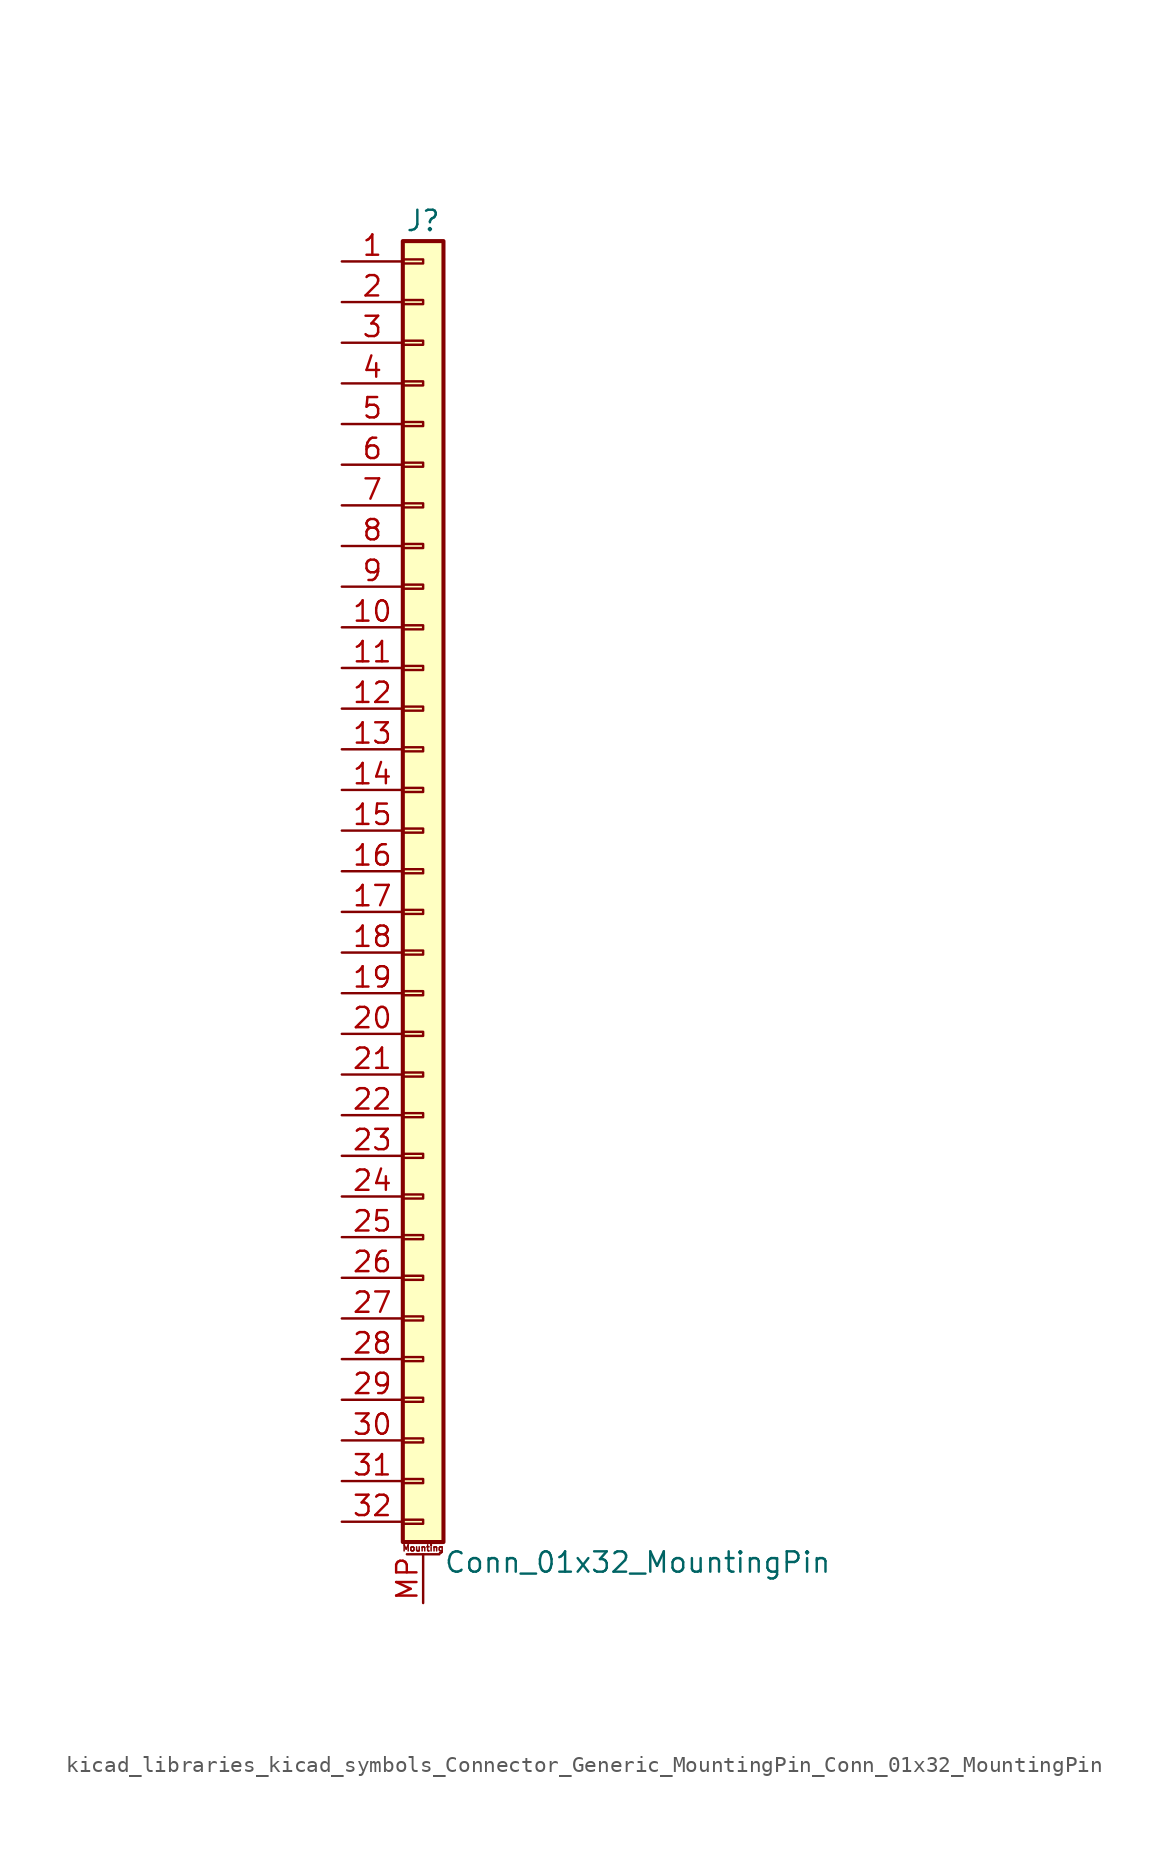
<source format=kicad_sym>
(kicad_symbol_lib
  (version 20220914)
  (generator kicad_symbol_editor)
  (symbol "kicad_libraries_kicad_symbols_Connector_Generic_MountingPin_Conn_01x32_MountingPin"
    (pin_names
      (offset 1.016) hide)
    (property "Reference" "J"
      (at 0 40.64 0)
      (effects (font (size 1.27 1.27))))
    (property "Value" "Conn_01x32_MountingPin"
      (at 1.27 -43.18 0)
      (effects (font (size 1.27 1.27)) (justify left)))
    (symbol "kicad_libraries_kicad_symbols_Connector_Generic_MountingPin_Conn_01x32_MountingPin_1_1"
      (rectangle (start -1.27 -40.513) (end 0 -40.767) (stroke (width 0.152) (type default)) (fill (type none)))
      (rectangle (start -1.27 -37.973) (end 0 -38.227) (stroke (width 0.152) (type default)) (fill (type none)))
      (rectangle (start -1.27 -35.433) (end 0 -35.687) (stroke (width 0.152) (type default)) (fill (type none)))
      (rectangle (start -1.27 -32.893) (end 0 -33.147) (stroke (width 0.152) (type default)) (fill (type none)))
      (rectangle (start -1.27 -30.353) (end 0 -30.607) (stroke (width 0.152) (type default)) (fill (type none)))
      (rectangle (start -1.27 -27.813) (end 0 -28.067) (stroke (width 0.152) (type default)) (fill (type none)))
      (rectangle (start -1.27 -25.273) (end 0 -25.527) (stroke (width 0.152) (type default)) (fill (type none)))
      (rectangle (start -1.27 -22.733) (end 0 -22.987) (stroke (width 0.152) (type default)) (fill (type none)))
      (rectangle (start -1.27 -20.193) (end 0 -20.447) (stroke (width 0.152) (type default)) (fill (type none)))
      (rectangle (start -1.27 -17.653) (end 0 -17.907) (stroke (width 0.152) (type default)) (fill (type none)))
      (rectangle (start -1.27 -15.113) (end 0 -15.367) (stroke (width 0.152) (type default)) (fill (type none)))
      (rectangle (start -1.27 -12.573) (end 0 -12.827) (stroke (width 0.152) (type default)) (fill (type none)))
      (rectangle (start -1.27 -10.033) (end 0 -10.287) (stroke (width 0.152) (type default)) (fill (type none)))
      (rectangle (start -1.27 -7.493) (end 0 -7.747) (stroke (width 0.152) (type default)) (fill (type none)))
      (rectangle (start -1.27 -4.953) (end 0 -5.207) (stroke (width 0.152) (type default)) (fill (type none)))
      (rectangle (start -1.27 -2.413) (end 0 -2.667) (stroke (width 0.152) (type default)) (fill (type none)))
      (rectangle (start -1.27 0.127) (end 0 -0.127) (stroke (width 0.152) (type default)) (fill (type none)))
      (rectangle (start -1.27 2.667) (end 0 2.413) (stroke (width 0.152) (type default)) (fill (type none)))
      (rectangle (start -1.27 5.207) (end 0 4.953) (stroke (width 0.152) (type default)) (fill (type none)))
      (rectangle (start -1.27 7.747) (end 0 7.493) (stroke (width 0.152) (type default)) (fill (type none)))
      (rectangle (start -1.27 10.287) (end 0 10.033) (stroke (width 0.152) (type default)) (fill (type none)))
      (rectangle (start -1.27 12.827) (end 0 12.573) (stroke (width 0.152) (type default)) (fill (type none)))
      (rectangle (start -1.27 15.367) (end 0 15.113) (stroke (width 0.152) (type default)) (fill (type none)))
      (rectangle (start -1.27 17.907) (end 0 17.653) (stroke (width 0.152) (type default)) (fill (type none)))
      (rectangle (start -1.27 20.447) (end 0 20.193) (stroke (width 0.152) (type default)) (fill (type none)))
      (rectangle (start -1.27 22.987) (end 0 22.733) (stroke (width 0.152) (type default)) (fill (type none)))
      (rectangle (start -1.27 25.527) (end 0 25.273) (stroke (width 0.152) (type default)) (fill (type none)))
      (rectangle (start -1.27 28.067) (end 0 27.813) (stroke (width 0.152) (type default)) (fill (type none)))
      (rectangle (start -1.27 30.607) (end 0 30.353) (stroke (width 0.152) (type default)) (fill (type none)))
      (rectangle (start -1.27 33.147) (end 0 32.893) (stroke (width 0.152) (type default)) (fill (type none)))
      (rectangle (start -1.27 35.687) (end 0 35.433) (stroke (width 0.152) (type default)) (fill (type none)))
      (rectangle (start -1.27 38.227) (end 0 37.973) (stroke (width 0.152) (type default)) (fill (type none)))
      (rectangle (start -1.27 39.37) (end 1.27 -41.91) (stroke (width 0.254) (type default)) (fill (type background)))
      (polyline (pts (xy -1.016 -42.672) (xy 1.016 -42.672)) (stroke (width 0.152) (type default)) (fill (type none)))
      (text "Mounting" (at 0 -42.291 0) (effects (font (size 0.381 0.381))))
      (pin passive line (at -5.08 38.1 0) (length 3.81) (name "Pin_1" (effects (font (size 1.27 1.27)))) (number "1" (effects (font (size 1.27 1.27)))))
      (pin passive line (at -5.08 15.24 0) (length 3.81) (name "Pin_10" (effects (font (size 1.27 1.27)))) (number "10" (effects (font (size 1.27 1.27)))))
      (pin passive line (at -5.08 12.7 0) (length 3.81) (name "Pin_11" (effects (font (size 1.27 1.27)))) (number "11" (effects (font (size 1.27 1.27)))))
      (pin passive line (at -5.08 10.16 0) (length 3.81) (name "Pin_12" (effects (font (size 1.27 1.27)))) (number "12" (effects (font (size 1.27 1.27)))))
      (pin passive line (at -5.08 7.62 0) (length 3.81) (name "Pin_13" (effects (font (size 1.27 1.27)))) (number "13" (effects (font (size 1.27 1.27)))))
      (pin passive line (at -5.08 5.08 0) (length 3.81) (name "Pin_14" (effects (font (size 1.27 1.27)))) (number "14" (effects (font (size 1.27 1.27)))))
      (pin passive line (at -5.08 2.54 0) (length 3.81) (name "Pin_15" (effects (font (size 1.27 1.27)))) (number "15" (effects (font (size 1.27 1.27)))))
      (pin passive line (at -5.08 0 0) (length 3.81) (name "Pin_16" (effects (font (size 1.27 1.27)))) (number "16" (effects (font (size 1.27 1.27)))))
      (pin passive line (at -5.08 -2.54 0) (length 3.81) (name "Pin_17" (effects (font (size 1.27 1.27)))) (number "17" (effects (font (size 1.27 1.27)))))
      (pin passive line (at -5.08 -5.08 0) (length 3.81) (name "Pin_18" (effects (font (size 1.27 1.27)))) (number "18" (effects (font (size 1.27 1.27)))))
      (pin passive line (at -5.08 -7.62 0) (length 3.81) (name "Pin_19" (effects (font (size 1.27 1.27)))) (number "19" (effects (font (size 1.27 1.27)))))
      (pin passive line (at -5.08 35.56 0) (length 3.81) (name "Pin_2" (effects (font (size 1.27 1.27)))) (number "2" (effects (font (size 1.27 1.27)))))
      (pin passive line (at -5.08 -10.16 0) (length 3.81) (name "Pin_20" (effects (font (size 1.27 1.27)))) (number "20" (effects (font (size 1.27 1.27)))))
      (pin passive line (at -5.08 -12.7 0) (length 3.81) (name "Pin_21" (effects (font (size 1.27 1.27)))) (number "21" (effects (font (size 1.27 1.27)))))
      (pin passive line (at -5.08 -15.24 0) (length 3.81) (name "Pin_22" (effects (font (size 1.27 1.27)))) (number "22" (effects (font (size 1.27 1.27)))))
      (pin passive line (at -5.08 -17.78 0) (length 3.81) (name "Pin_23" (effects (font (size 1.27 1.27)))) (number "23" (effects (font (size 1.27 1.27)))))
      (pin passive line (at -5.08 -20.32 0) (length 3.81) (name "Pin_24" (effects (font (size 1.27 1.27)))) (number "24" (effects (font (size 1.27 1.27)))))
      (pin passive line (at -5.08 -22.86 0) (length 3.81) (name "Pin_25" (effects (font (size 1.27 1.27)))) (number "25" (effects (font (size 1.27 1.27)))))
      (pin passive line (at -5.08 -25.4 0) (length 3.81) (name "Pin_26" (effects (font (size 1.27 1.27)))) (number "26" (effects (font (size 1.27 1.27)))))
      (pin passive line (at -5.08 -27.94 0) (length 3.81) (name "Pin_27" (effects (font (size 1.27 1.27)))) (number "27" (effects (font (size 1.27 1.27)))))
      (pin passive line (at -5.08 -30.48 0) (length 3.81) (name "Pin_28" (effects (font (size 1.27 1.27)))) (number "28" (effects (font (size 1.27 1.27)))))
      (pin passive line (at -5.08 -33.02 0) (length 3.81) (name "Pin_29" (effects (font (size 1.27 1.27)))) (number "29" (effects (font (size 1.27 1.27)))))
      (pin passive line (at -5.08 33.02 0) (length 3.81) (name "Pin_3" (effects (font (size 1.27 1.27)))) (number "3" (effects (font (size 1.27 1.27)))))
      (pin passive line (at -5.08 -35.56 0) (length 3.81) (name "Pin_30" (effects (font (size 1.27 1.27)))) (number "30" (effects (font (size 1.27 1.27)))))
      (pin passive line (at -5.08 -38.1 0) (length 3.81) (name "Pin_31" (effects (font (size 1.27 1.27)))) (number "31" (effects (font (size 1.27 1.27)))))
      (pin passive line (at -5.08 -40.64 0) (length 3.81) (name "Pin_32" (effects (font (size 1.27 1.27)))) (number "32" (effects (font (size 1.27 1.27)))))
      (pin passive line (at -5.08 30.48 0) (length 3.81) (name "Pin_4" (effects (font (size 1.27 1.27)))) (number "4" (effects (font (size 1.27 1.27)))))
      (pin passive line (at -5.08 27.94 0) (length 3.81) (name "Pin_5" (effects (font (size 1.27 1.27)))) (number "5" (effects (font (size 1.27 1.27)))))
      (pin passive line (at -5.08 25.4 0) (length 3.81) (name "Pin_6" (effects (font (size 1.27 1.27)))) (number "6" (effects (font (size 1.27 1.27)))))
      (pin passive line (at -5.08 22.86 0) (length 3.81) (name "Pin_7" (effects (font (size 1.27 1.27)))) (number "7" (effects (font (size 1.27 1.27)))))
      (pin passive line (at -5.08 20.32 0) (length 3.81) (name "Pin_8" (effects (font (size 1.27 1.27)))) (number "8" (effects (font (size 1.27 1.27)))))
      (pin passive line (at -5.08 17.78 0) (length 3.81) (name "Pin_9" (effects (font (size 1.27 1.27)))) (number "9" (effects (font (size 1.27 1.27)))))
      (pin passive line (at 0 -45.72 90) (length 3.048) (name "MountPin" (effects (font (size 1.27 1.27)))) (number "MP" (effects (font (size 1.27 1.27))))))))
</source>
